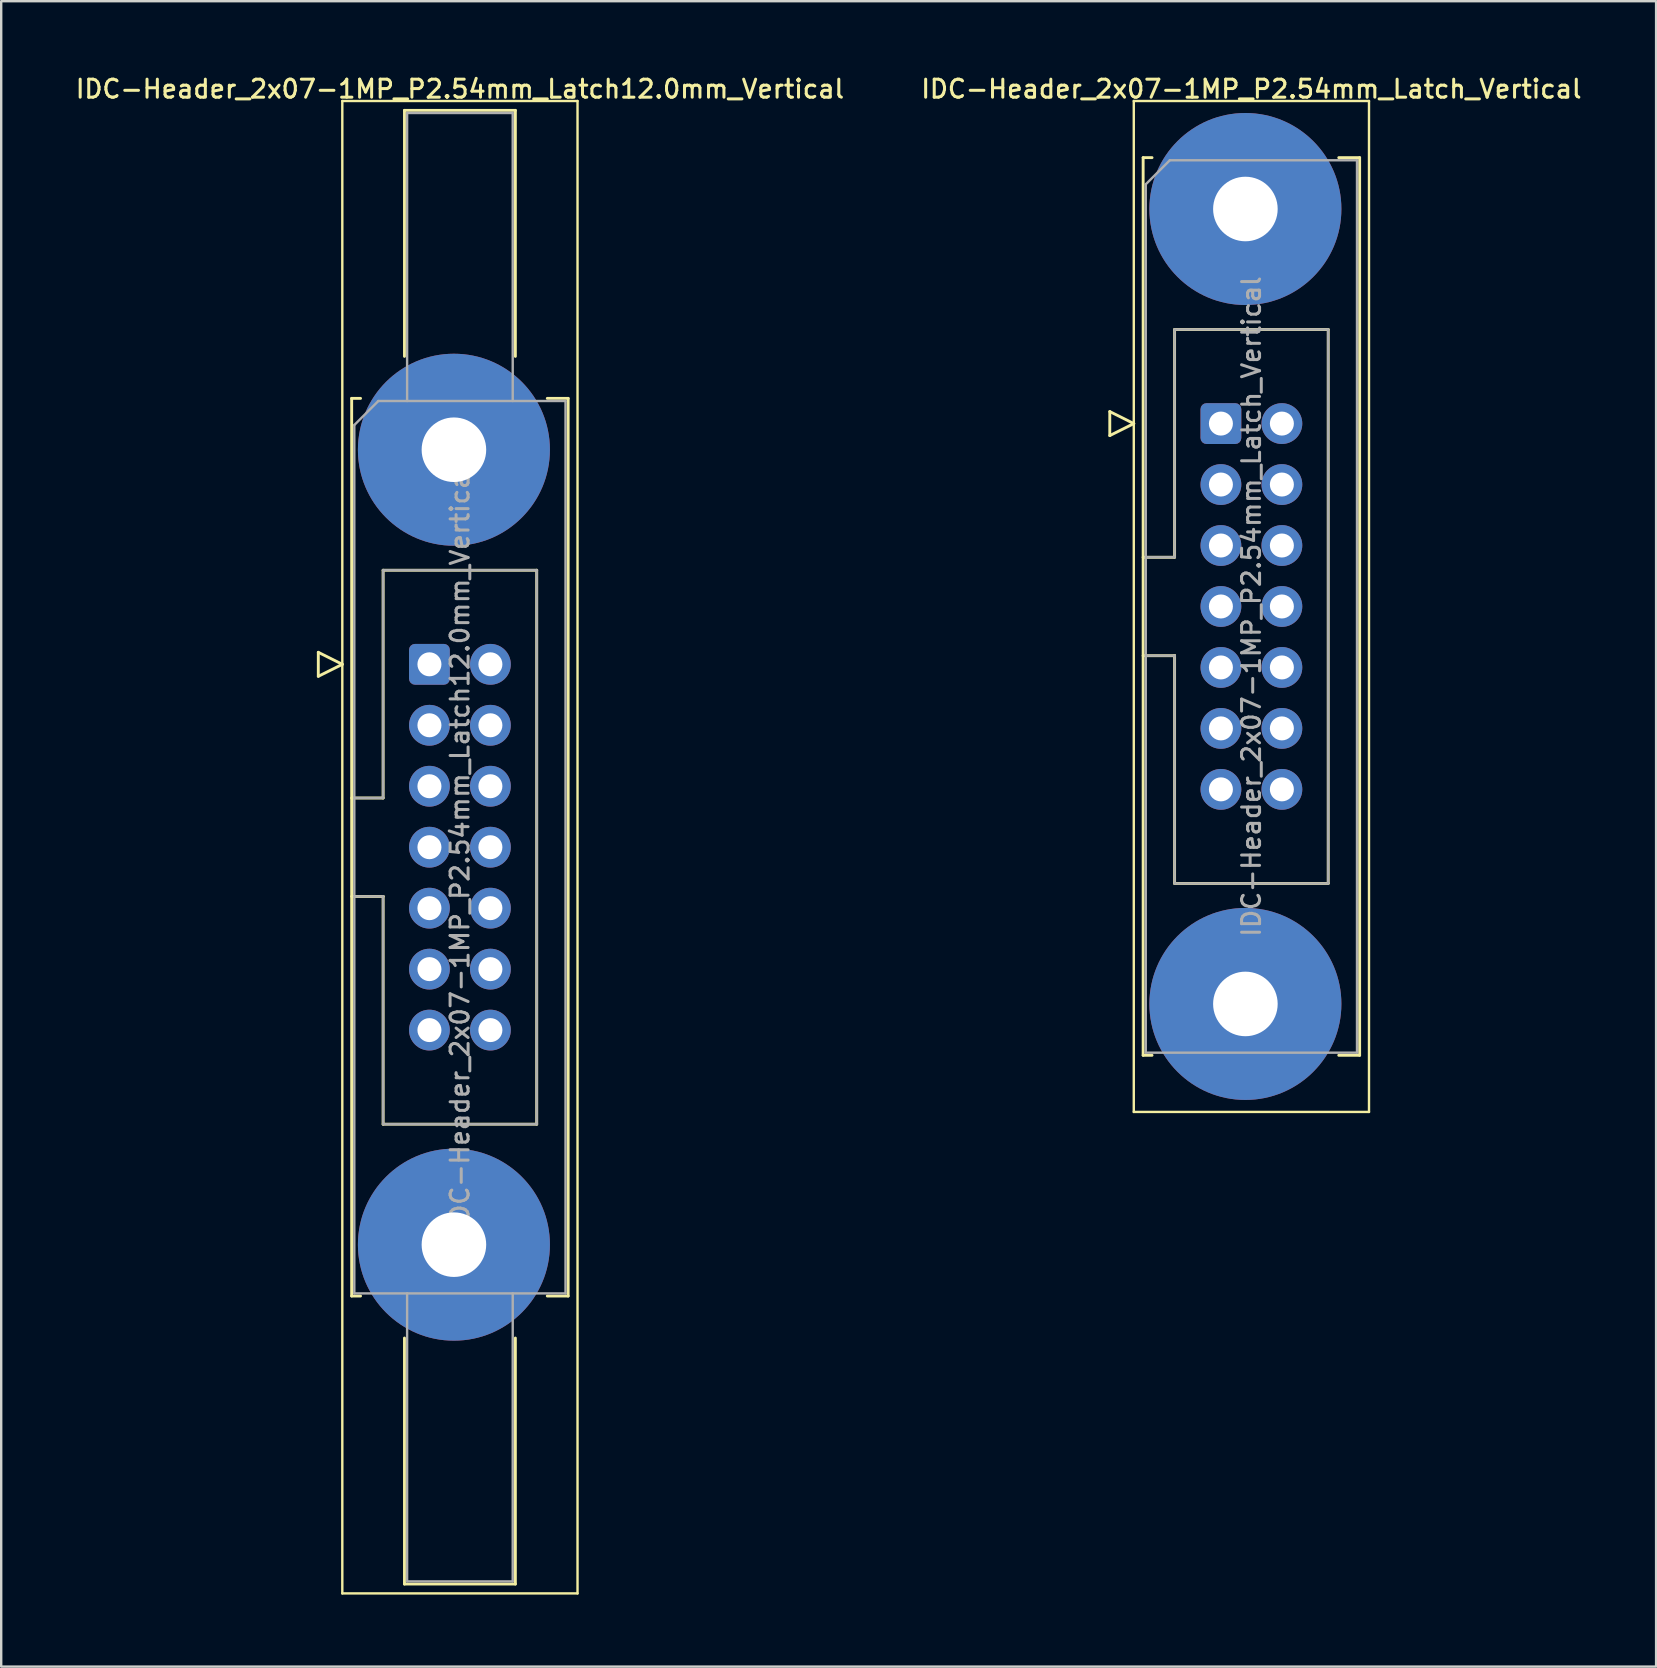
<source format=kicad_pcb>
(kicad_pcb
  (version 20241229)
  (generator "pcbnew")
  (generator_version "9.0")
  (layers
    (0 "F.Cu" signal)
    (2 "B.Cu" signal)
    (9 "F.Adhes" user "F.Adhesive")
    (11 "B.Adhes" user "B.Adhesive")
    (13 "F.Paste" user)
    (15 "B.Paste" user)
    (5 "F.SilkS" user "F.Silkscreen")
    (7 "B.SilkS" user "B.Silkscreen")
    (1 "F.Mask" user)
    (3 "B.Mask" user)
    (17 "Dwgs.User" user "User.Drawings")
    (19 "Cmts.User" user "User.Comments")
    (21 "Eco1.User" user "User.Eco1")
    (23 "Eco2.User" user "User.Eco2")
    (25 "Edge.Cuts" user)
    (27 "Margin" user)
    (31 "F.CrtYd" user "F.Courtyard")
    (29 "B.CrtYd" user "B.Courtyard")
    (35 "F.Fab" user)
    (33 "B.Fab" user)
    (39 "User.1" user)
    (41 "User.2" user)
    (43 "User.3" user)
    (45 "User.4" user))
  (footprint "IDC-Header_2x07-1MP_P2.54mm_Latch12.0mm_Vertical"
    (layer "F.Cu")
    (at 14.842 24.628)
    (property "Reference" "IDC-Header_2x07-1MP_P2.54mm_Latch12.0mm_Vertical" (at 1.27 -23.97 0) (layer "F.SilkS") (effects (font (size 0.75 0.75) (thickness 0.125))))
    (attr through_hole)
    (fp_line (start -4.63 -0.5) (end -4.63 0.5) (stroke (width 0.12) (type solid)) (layer "F.SilkS"))
    (fp_line (start -4.63 0.5) (end -3.63 0) (stroke (width 0.12) (type solid)) (layer "F.SilkS"))
    (fp_line (start -3.63 -23.47) (end -3.63 38.71) (stroke (width 0.1) (type solid)) (layer "F.SilkS"))
    (fp_line (start -3.63 0) (end -4.63 -0.5) (stroke (width 0.12) (type solid)) (layer "F.SilkS"))
    (fp_line (start -3.63 38.71) (end 6.17 38.71) (stroke (width 0.1) (type solid)) (layer "F.SilkS"))
    (fp_line (start -3.24 -11.08) (end -3.24 26.32) (stroke (width 0.12) (type solid)) (layer "F.SilkS"))
    (fp_line (start -3.24 5.57) (end -1.93 5.57) (stroke (width 0.12) (type solid)) (layer "F.SilkS"))
    (fp_line (start -3.24 26.32) (end -2.87 26.32) (stroke (width 0.12) (type solid)) (layer "F.SilkS"))
    (fp_line (start -2.87 -11.08) (end -3.24 -11.08) (stroke (width 0.12) (type solid)) (layer "F.SilkS"))
    (fp_line (start -1.93 -3.92) (end 4.47 -3.92) (stroke (width 0.12) (type solid)) (layer "F.SilkS"))
    (fp_line (start -1.93 5.57) (end -1.93 -3.92) (stroke (width 0.12) (type solid)) (layer "F.SilkS"))
    (fp_line (start -1.93 9.67) (end -3.24 9.67) (stroke (width 0.12) (type solid)) (layer "F.SilkS"))
    (fp_line (start -1.93 9.67) (end -1.93 9.67) (stroke (width 0.12) (type solid)) (layer "F.SilkS"))
    (fp_line (start -1.93 19.16) (end -1.93 9.67) (stroke (width 0.12) (type solid)) (layer "F.SilkS"))
    (fp_line (start -1.04 -23.08) (end 3.58 -23.08) (stroke (width 0.12) (type solid)) (layer "F.SilkS"))
    (fp_line (start -1.04 -12.83) (end -1.04 -23.08) (stroke (width 0.12) (type solid)) (layer "F.SilkS"))
    (fp_line (start -1.04 28.07) (end -1.04 38.32) (stroke (width 0.12) (type solid)) (layer "F.SilkS"))
    (fp_line (start -1.04 38.32) (end 3.58 38.32) (stroke (width 0.12) (type solid)) (layer "F.SilkS"))
    (fp_line (start 3.58 -23.08) (end 3.58 -12.83) (stroke (width 0.12) (type solid)) (layer "F.SilkS"))
    (fp_line (start 3.58 38.32) (end 3.58 28.07) (stroke (width 0.12) (type solid)) (layer "F.SilkS"))
    (fp_line (start 4.47 -3.92) (end 4.47 19.16) (stroke (width 0.12) (type solid)) (layer "F.SilkS"))
    (fp_line (start 4.47 19.16) (end -1.93 19.16) (stroke (width 0.12) (type solid)) (layer "F.SilkS"))
    (fp_line (start 4.91 -11.08) (end 5.78 -11.08) (stroke (width 0.12) (type solid)) (layer "F.SilkS"))
    (fp_line (start 5.78 -11.08) (end 5.78 26.32) (stroke (width 0.12) (type solid)) (layer "F.SilkS"))
    (fp_line (start 5.78 26.32) (end 4.91 26.32) (stroke (width 0.12) (type solid)) (layer "F.SilkS"))
    (fp_line (start 6.17 -23.47) (end -3.63 -23.47) (stroke (width 0.1) (type solid)) (layer "F.SilkS"))
    (fp_line (start 6.17 38.71) (end 6.17 -23.47) (stroke (width 0.1) (type solid)) (layer "F.SilkS"))
    (fp_line (start -3.13 -9.97) (end -2.13 -10.97) (stroke (width 0.1) (type solid)) (layer "F.Fab"))
    (fp_line (start -3.13 5.57) (end -1.93 5.57) (stroke (width 0.1) (type solid)) (layer "F.Fab"))
    (fp_line (start -3.13 26.21) (end -3.13 -9.97) (stroke (width 0.1) (type solid)) (layer "F.Fab"))
    (fp_line (start -2.13 -10.97) (end 5.67 -10.97) (stroke (width 0.1) (type solid)) (layer "F.Fab"))
    (fp_line (start -1.93 -3.92) (end 4.47 -3.92) (stroke (width 0.1) (type solid)) (layer "F.Fab"))
    (fp_line (start -1.93 5.57) (end -1.93 -3.92) (stroke (width 0.1) (type solid)) (layer "F.Fab"))
    (fp_line (start -1.93 9.67) (end -3.13 9.67) (stroke (width 0.1) (type solid)) (layer "F.Fab"))
    (fp_line (start -1.93 9.67) (end -1.93 9.67) (stroke (width 0.1) (type solid)) (layer "F.Fab"))
    (fp_line (start -1.93 19.16) (end -1.93 9.67) (stroke (width 0.1) (type solid)) (layer "F.Fab"))
    (fp_line (start -0.93 -22.97) (end 3.47 -22.97) (stroke (width 0.1) (type solid)) (layer "F.Fab"))
    (fp_line (start -0.93 -10.97) (end -0.93 -22.97) (stroke (width 0.1) (type solid)) (layer "F.Fab"))
    (fp_line (start -0.93 26.21) (end -0.93 38.21) (stroke (width 0.1) (type solid)) (layer "F.Fab"))
    (fp_line (start -0.93 38.21) (end 3.47 38.21) (stroke (width 0.1) (type solid)) (layer "F.Fab"))
    (fp_line (start 3.47 -22.97) (end 3.47 -10.97) (stroke (width 0.1) (type solid)) (layer "F.Fab"))
    (fp_line (start 3.47 38.21) (end 3.47 26.21) (stroke (width 0.1) (type solid)) (layer "F.Fab"))
    (fp_line (start 4.47 -3.92) (end 4.47 19.16) (stroke (width 0.1) (type solid)) (layer "F.Fab"))
    (fp_line (start 4.47 19.16) (end -1.93 19.16) (stroke (width 0.1) (type solid)) (layer "F.Fab"))
    (fp_line (start 5.67 -10.97) (end 5.67 26.21) (stroke (width 0.1) (type solid)) (layer "F.Fab"))
    (fp_line (start 5.67 26.21) (end -3.13 26.21) (stroke (width 0.1) (type solid)) (layer "F.Fab"))
    (fp_text user "${REFERENCE}" (at 1.27 7.62 90) (layer "F.Fab") (effects (font (size 0.75 0.75) (thickness 0.125))))
    (pad "1" thru_hole roundrect (at 0 0) (size 1.7 1.7) (drill 1) (layers "*.Cu" "*.Mask") (roundrect_rratio 0.147))
    (pad "2" thru_hole circle (at 2.54 0) (size 1.7 1.7) (drill 1) (layers "*.Cu" "*.Mask"))
    (pad "3" thru_hole circle (at 0 2.54) (size 1.7 1.7) (drill 1) (layers "*.Cu" "*.Mask"))
    (pad "4" thru_hole circle (at 2.54 2.54) (size 1.7 1.7) (drill 1) (layers "*.Cu" "*.Mask"))
    (pad "5" thru_hole circle (at 0 5.08) (size 1.7 1.7) (drill 1) (layers "*.Cu" "*.Mask"))
    (pad "6" thru_hole circle (at 2.54 5.08) (size 1.7 1.7) (drill 1) (layers "*.Cu" "*.Mask"))
    (pad "7" thru_hole circle (at 0 7.62) (size 1.7 1.7) (drill 1) (layers "*.Cu" "*.Mask"))
    (pad "8" thru_hole circle (at 2.54 7.62) (size 1.7 1.7) (drill 1) (layers "*.Cu" "*.Mask"))
    (pad "9" thru_hole circle (at 0 10.16) (size 1.7 1.7) (drill 1) (layers "*.Cu" "*.Mask"))
    (pad "10" thru_hole circle (at 2.54 10.16) (size 1.7 1.7) (drill 1) (layers "*.Cu" "*.Mask"))
    (pad "11" thru_hole circle (at 0 12.7) (size 1.7 1.7) (drill 1) (layers "*.Cu" "*.Mask"))
    (pad "12" thru_hole circle (at 2.54 12.7) (size 1.7 1.7) (drill 1) (layers "*.Cu" "*.Mask"))
    (pad "13" thru_hole circle (at 0 15.24) (size 1.7 1.7) (drill 1) (layers "*.Cu" "*.Mask"))
    (pad "14" thru_hole circle (at 2.54 15.24) (size 1.7 1.7) (drill 1) (layers "*.Cu" "*.Mask"))
    (pad "MP" thru_hole circle (at 1.02 -8.94) (size 8 8) (drill 2.69) (layers "*.Cu" "*.Mask"))
    (pad "MP" thru_hole circle (at 1.02 24.18) (size 8 8) (drill 2.69) (layers "*.Cu" "*.Mask")))
  (footprint "IDC-Header_2x07-1MP_P2.54mm_Latch_Vertical"
    (layer "F.Cu")
    (at 47.818 14.598)
    (property "Reference" "IDC-Header_2x07-1MP_P2.54mm_Latch_Vertical" (at 1.27 -13.94 0) (layer "F.SilkS") (effects (font (size 0.75 0.75) (thickness 0.125))))
    (attr through_hole)
    (fp_line (start -4.63 -0.5) (end -4.63 0.5) (stroke (width 0.12) (type solid)) (layer "F.SilkS"))
    (fp_line (start -4.63 0.5) (end -3.63 0) (stroke (width 0.12) (type solid)) (layer "F.SilkS"))
    (fp_line (start -3.63 -13.44) (end -3.63 28.68) (stroke (width 0.1) (type solid)) (layer "F.SilkS"))
    (fp_line (start -3.63 0) (end -4.63 -0.5) (stroke (width 0.12) (type solid)) (layer "F.SilkS"))
    (fp_line (start -3.63 28.68) (end 6.17 28.68) (stroke (width 0.1) (type solid)) (layer "F.SilkS"))
    (fp_line (start -3.24 -11.08) (end -3.24 26.32) (stroke (width 0.12) (type solid)) (layer "F.SilkS"))
    (fp_line (start -3.24 5.57) (end -1.93 5.57) (stroke (width 0.12) (type solid)) (layer "F.SilkS"))
    (fp_line (start -3.24 26.32) (end -2.87 26.32) (stroke (width 0.12) (type solid)) (layer "F.SilkS"))
    (fp_line (start -2.87 -11.08) (end -3.24 -11.08) (stroke (width 0.12) (type solid)) (layer "F.SilkS"))
    (fp_line (start -1.93 -3.92) (end 4.47 -3.92) (stroke (width 0.12) (type solid)) (layer "F.SilkS"))
    (fp_line (start -1.93 5.57) (end -1.93 -3.92) (stroke (width 0.12) (type solid)) (layer "F.SilkS"))
    (fp_line (start -1.93 9.67) (end -3.24 9.67) (stroke (width 0.12) (type solid)) (layer "F.SilkS"))
    (fp_line (start -1.93 9.67) (end -1.93 9.67) (stroke (width 0.12) (type solid)) (layer "F.SilkS"))
    (fp_line (start -1.93 19.16) (end -1.93 9.67) (stroke (width 0.12) (type solid)) (layer "F.SilkS"))
    (fp_line (start 4.47 -3.92) (end 4.47 19.16) (stroke (width 0.12) (type solid)) (layer "F.SilkS"))
    (fp_line (start 4.47 19.16) (end -1.93 19.16) (stroke (width 0.12) (type solid)) (layer "F.SilkS"))
    (fp_line (start 4.91 -11.08) (end 5.78 -11.08) (stroke (width 0.12) (type solid)) (layer "F.SilkS"))
    (fp_line (start 5.78 -11.08) (end 5.78 26.32) (stroke (width 0.12) (type solid)) (layer "F.SilkS"))
    (fp_line (start 5.78 26.32) (end 4.91 26.32) (stroke (width 0.12) (type solid)) (layer "F.SilkS"))
    (fp_line (start 6.17 -13.44) (end -3.63 -13.44) (stroke (width 0.1) (type solid)) (layer "F.SilkS"))
    (fp_line (start 6.17 28.68) (end 6.17 -13.44) (stroke (width 0.1) (type solid)) (layer "F.SilkS"))
    (fp_line (start -3.13 -9.97) (end -2.13 -10.97) (stroke (width 0.1) (type solid)) (layer "F.Fab"))
    (fp_line (start -3.13 5.57) (end -1.93 5.57) (stroke (width 0.1) (type solid)) (layer "F.Fab"))
    (fp_line (start -3.13 26.21) (end -3.13 -9.97) (stroke (width 0.1) (type solid)) (layer "F.Fab"))
    (fp_line (start -2.13 -10.97) (end 5.67 -10.97) (stroke (width 0.1) (type solid)) (layer "F.Fab"))
    (fp_line (start -1.93 -3.92) (end 4.47 -3.92) (stroke (width 0.1) (type solid)) (layer "F.Fab"))
    (fp_line (start -1.93 5.57) (end -1.93 -3.92) (stroke (width 0.1) (type solid)) (layer "F.Fab"))
    (fp_line (start -1.93 9.67) (end -3.13 9.67) (stroke (width 0.1) (type solid)) (layer "F.Fab"))
    (fp_line (start -1.93 9.67) (end -1.93 9.67) (stroke (width 0.1) (type solid)) (layer "F.Fab"))
    (fp_line (start -1.93 19.16) (end -1.93 9.67) (stroke (width 0.1) (type solid)) (layer "F.Fab"))
    (fp_line (start 4.47 -3.92) (end 4.47 19.16) (stroke (width 0.1) (type solid)) (layer "F.Fab"))
    (fp_line (start 4.47 19.16) (end -1.93 19.16) (stroke (width 0.1) (type solid)) (layer "F.Fab"))
    (fp_line (start 5.67 -10.97) (end 5.67 26.21) (stroke (width 0.1) (type solid)) (layer "F.Fab"))
    (fp_line (start 5.67 26.21) (end -3.13 26.21) (stroke (width 0.1) (type solid)) (layer "F.Fab"))
    (fp_text user "${REFERENCE}" (at 1.27 7.62 90) (layer "F.Fab") (effects (font (size 0.75 0.75) (thickness 0.125))))
    (pad "1" thru_hole roundrect (at 0 0) (size 1.7 1.7) (drill 1) (layers "*.Cu" "*.Mask") (roundrect_rratio 0.147))
    (pad "2" thru_hole circle (at 2.54 0) (size 1.7 1.7) (drill 1) (layers "*.Cu" "*.Mask"))
    (pad "3" thru_hole circle (at 0 2.54) (size 1.7 1.7) (drill 1) (layers "*.Cu" "*.Mask"))
    (pad "4" thru_hole circle (at 2.54 2.54) (size 1.7 1.7) (drill 1) (layers "*.Cu" "*.Mask"))
    (pad "5" thru_hole circle (at 0 5.08) (size 1.7 1.7) (drill 1) (layers "*.Cu" "*.Mask"))
    (pad "6" thru_hole circle (at 2.54 5.08) (size 1.7 1.7) (drill 1) (layers "*.Cu" "*.Mask"))
    (pad "7" thru_hole circle (at 0 7.62) (size 1.7 1.7) (drill 1) (layers "*.Cu" "*.Mask"))
    (pad "8" thru_hole circle (at 2.54 7.62) (size 1.7 1.7) (drill 1) (layers "*.Cu" "*.Mask"))
    (pad "9" thru_hole circle (at 0 10.16) (size 1.7 1.7) (drill 1) (layers "*.Cu" "*.Mask"))
    (pad "10" thru_hole circle (at 2.54 10.16) (size 1.7 1.7) (drill 1) (layers "*.Cu" "*.Mask"))
    (pad "11" thru_hole circle (at 0 12.7) (size 1.7 1.7) (drill 1) (layers "*.Cu" "*.Mask"))
    (pad "12" thru_hole circle (at 2.54 12.7) (size 1.7 1.7) (drill 1) (layers "*.Cu" "*.Mask"))
    (pad "13" thru_hole circle (at 0 15.24) (size 1.7 1.7) (drill 1) (layers "*.Cu" "*.Mask"))
    (pad "14" thru_hole circle (at 2.54 15.24) (size 1.7 1.7) (drill 1) (layers "*.Cu" "*.Mask"))
    (pad "MP" thru_hole circle (at 1.02 -8.94) (size 8 8) (drill 2.69) (layers "*.Cu" "*.Mask"))
    (pad "MP" thru_hole circle (at 1.02 24.18) (size 8 8) (drill 2.69) (layers "*.Cu" "*.Mask")))
  (gr_rect
    (start -3 -3)
    (end 65.95 66.388)
    (stroke (width 0.1) (type default))
    (fill no)
    (layer "Edge.Cuts")))
</source>
